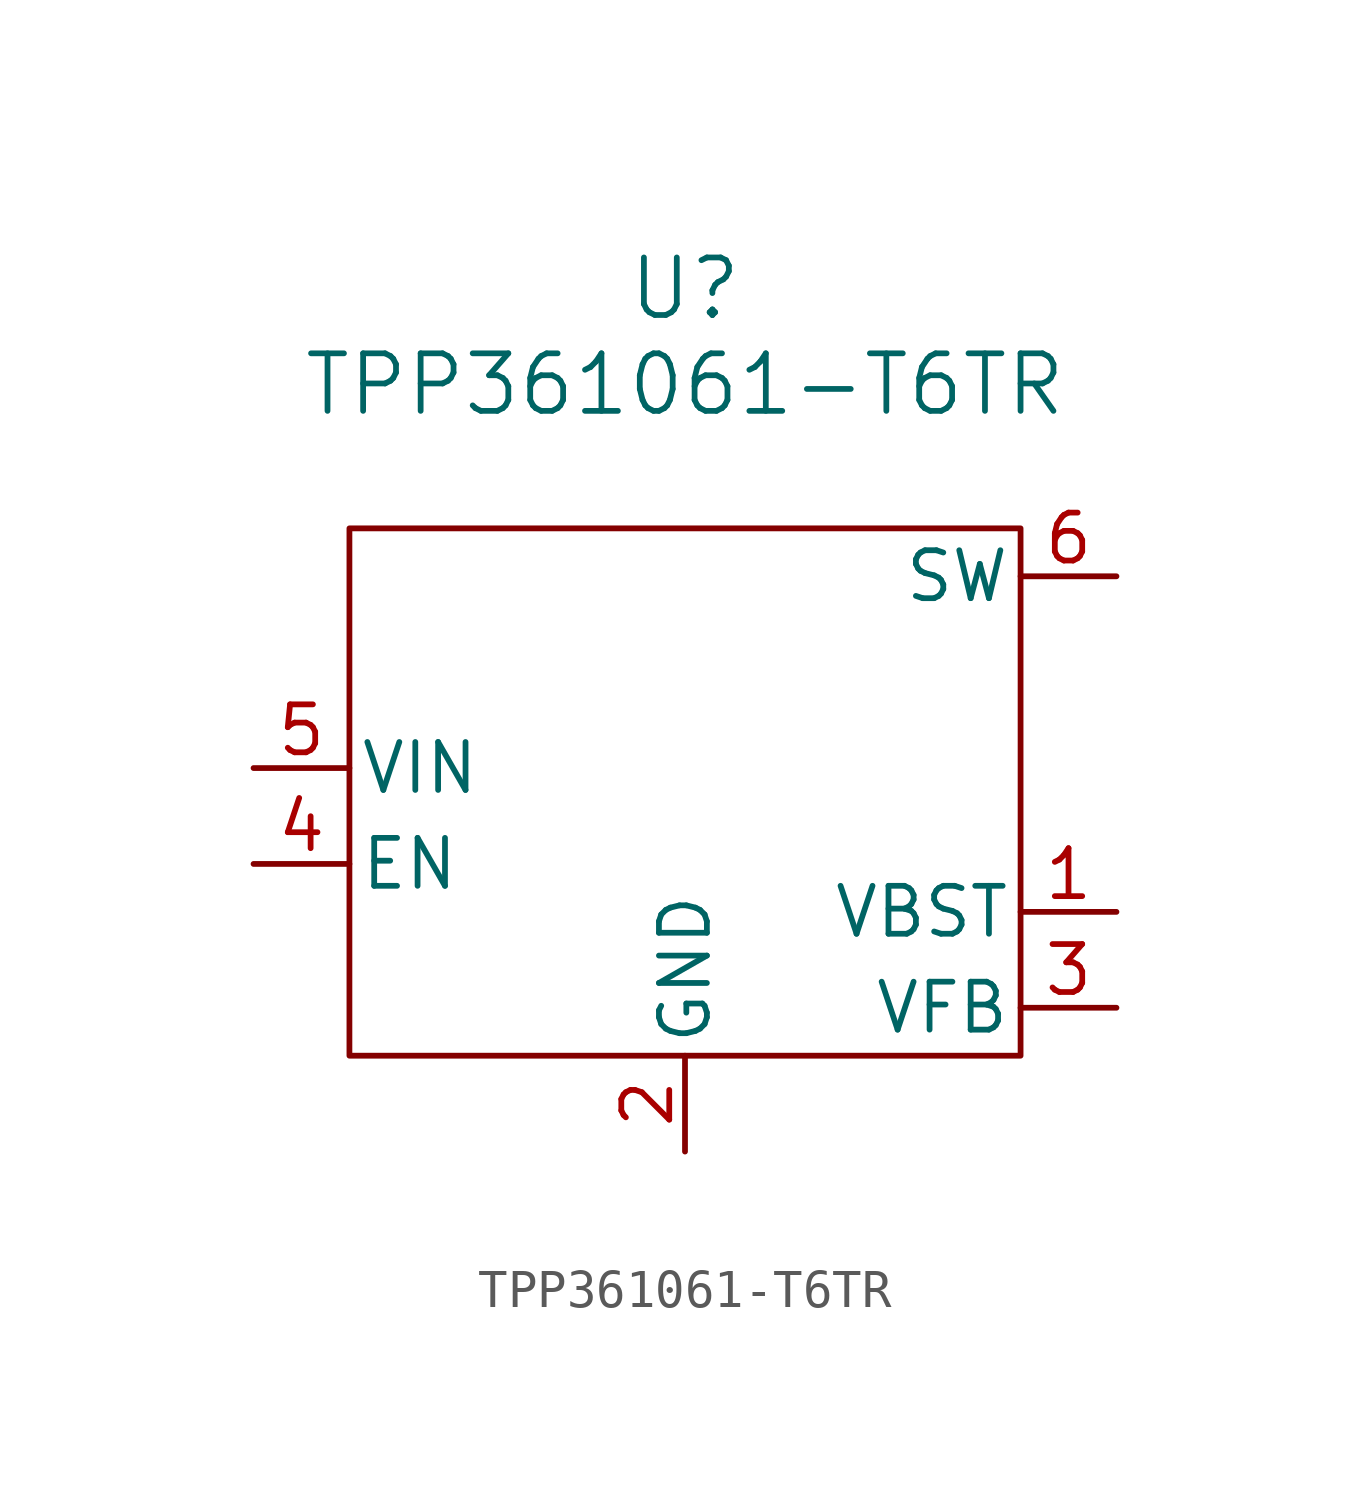
<source format=kicad_sym>
(kicad_symbol_lib
  (version 20231120)
  (generator "kicad_symbol_editor")
  (generator_version "8.0")
  (symbol "TPP361061-T6TR"
    (pin_names
      (offset 0.254))
    (property "Reference" "U"
      (at 0 12.7 0)
      (effects (font (size 1.524 1.524))))
    (property "Value" "TPP361061-T6TR"
      (at 0 10.16 0)
      (effects (font (size 1.524 1.524))))
    (symbol "TPP361061-T6TR_0_1"
      (rectangle (start -8.89 6.35) (end 8.89 -7.62) (stroke (width 0) (type default)) (fill (type none))))
    (symbol "TPP361061-T6TR_1_1"
      (pin output line (at 11.43 -3.81 180) (length 2.54) (name "VBST" (effects (font (size 1.27 1.27)))) (number "1" (effects (font (size 1.27 1.27)))))
      (pin passive line (at 0 -10.16 90) (length 2.54) (name "GND" (effects (font (size 1.27 1.27)))) (number "2" (effects (font (size 1.27 1.27)))))
      (pin output line (at 11.43 -6.35 180) (length 2.54) (name "VFB" (effects (font (size 1.27 1.27)))) (number "3" (effects (font (size 1.27 1.27)))))
      (pin input line (at -11.43 -2.54 0) (length 2.54) (name "EN" (effects (font (size 1.27 1.27)))) (number "4" (effects (font (size 1.27 1.27)))))
      (pin power_in line (at -11.43 0 0) (length 2.54) (name "VIN" (effects (font (size 1.27 1.27)))) (number "5" (effects (font (size 1.27 1.27)))))
      (pin output line (at 11.43 5.08 180) (length 2.54) (name "SW" (effects (font (size 1.27 1.27)))) (number "6" (effects (font (size 1.27 1.27))))))))
</source>
